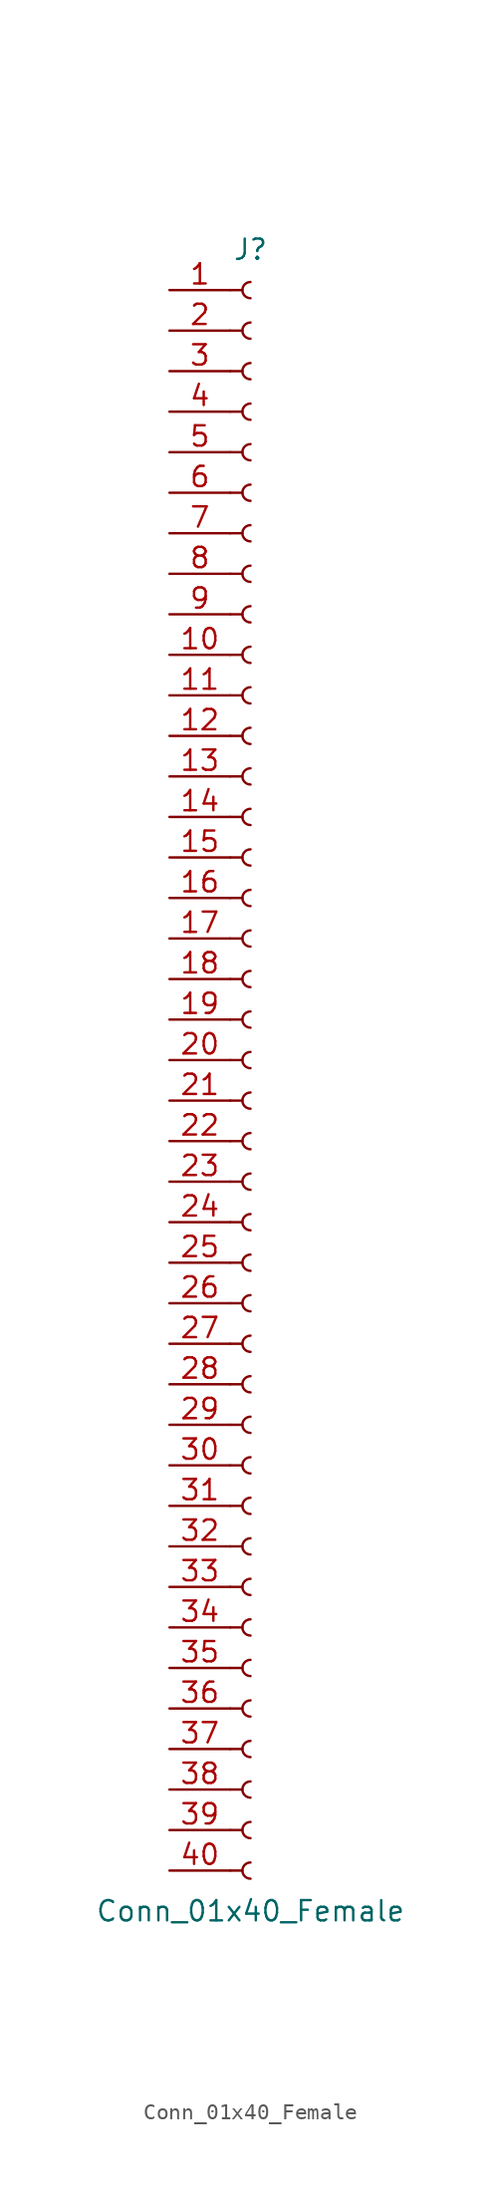
<source format=kicad_sym>
(kicad_symbol_lib
  (version 20201005)
  (generator kicad_symbol_editor)
  (symbol "Conn_01x40_Female"
    (pin_names
      (offset 1.016) hide)
    (property "Reference" "J"
      (at 0 50.8 0)
      (effects (font (size 1.27 1.27))))
    (property "Value" "Conn_01x40_Female"
      (at 0 -53.34 0)
      (effects (font (size 1.27 1.27))))
    (symbol "Conn_01x40_Female_1_1"
      (arc (start 0 -50.292) (end 0 -51.308) (radius (at 0 -50.8) (length 0.508) (angles 90.1 -90.1)) (stroke (width 0.1524)) (fill (type none)))
      (arc (start 0 -47.752) (end 0 -48.768) (radius (at 0 -48.26) (length 0.508) (angles 90.1 -90.1)) (stroke (width 0.1524)) (fill (type none)))
      (arc (start 0 -45.212) (end 0 -46.228) (radius (at 0 -45.72) (length 0.508) (angles 90.1 -90.1)) (stroke (width 0.1524)) (fill (type none)))
      (arc (start 0 -42.672) (end 0 -43.688) (radius (at 0 -43.18) (length 0.508) (angles 90.1 -90.1)) (stroke (width 0.1524)) (fill (type none)))
      (arc (start 0 -40.132) (end 0 -41.148) (radius (at 0 -40.64) (length 0.508) (angles 90.1 -90.1)) (stroke (width 0.1524)) (fill (type none)))
      (arc (start 0 -37.592) (end 0 -38.608) (radius (at 0 -38.1) (length 0.508) (angles 90.1 -90.1)) (stroke (width 0.1524)) (fill (type none)))
      (arc (start 0 -35.052) (end 0 -36.068) (radius (at 0 -35.56) (length 0.508) (angles 90.1 -90.1)) (stroke (width 0.1524)) (fill (type none)))
      (arc (start 0 -32.512) (end 0 -33.528) (radius (at 0 -33.02) (length 0.508) (angles 90.1 -90.1)) (stroke (width 0.1524)) (fill (type none)))
      (arc (start 0 -29.972) (end 0 -30.988) (radius (at 0 -30.48) (length 0.508) (angles 90.1 -90.1)) (stroke (width 0.1524)) (fill (type none)))
      (arc (start 0 -27.432) (end 0 -28.448) (radius (at 0 -27.94) (length 0.508) (angles 90.1 -90.1)) (stroke (width 0.1524)) (fill (type none)))
      (arc (start 0 -24.892) (end 0 -25.908) (radius (at 0 -25.4) (length 0.508) (angles 90.1 -90.1)) (stroke (width 0.1524)) (fill (type none)))
      (arc (start 0 -22.352) (end 0 -23.368) (radius (at 0 -22.86) (length 0.508) (angles 90.1 -90.1)) (stroke (width 0.1524)) (fill (type none)))
      (arc (start 0 -19.812) (end 0 -20.828) (radius (at 0 -20.32) (length 0.508) (angles 90.1 -90.1)) (stroke (width 0.1524)) (fill (type none)))
      (arc (start 0 -17.272) (end 0 -18.288) (radius (at 0 -17.78) (length 0.508) (angles 90.1 -90.1)) (stroke (width 0.1524)) (fill (type none)))
      (arc (start 0 -14.732) (end 0 -15.748) (radius (at 0 -15.24) (length 0.508) (angles 90.1 -90.1)) (stroke (width 0.1524)) (fill (type none)))
      (arc (start 0 -12.192) (end 0 -13.208) (radius (at 0 -12.7) (length 0.508) (angles 90.1 -90.1)) (stroke (width 0.1524)) (fill (type none)))
      (arc (start 0 -9.652) (end 0 -10.668) (radius (at 0 -10.16) (length 0.508) (angles 90.1 -90.1)) (stroke (width 0.1524)) (fill (type none)))
      (arc (start 0 -7.112) (end 0 -8.128) (radius (at 0 -7.62) (length 0.508) (angles 90.1 -90.1)) (stroke (width 0.1524)) (fill (type none)))
      (arc (start 0 -4.572) (end 0 -5.588) (radius (at 0 -5.08) (length 0.508) (angles 90.1 -90.1)) (stroke (width 0.1524)) (fill (type none)))
      (arc (start 0 -2.032) (end 0 -3.048) (radius (at 0 -2.54) (length 0.508) (angles 90.1 -90.1)) (stroke (width 0.1524)) (fill (type none)))
      (arc (start 0 0.508) (end 0 -0.508) (radius (at 0 0) (length 0.508) (angles 90.1 -90.1)) (stroke (width 0.1524)) (fill (type none)))
      (arc (start 0 3.048) (end 0 2.032) (radius (at 0 2.54) (length 0.508) (angles 90.1 -90.1)) (stroke (width 0.1524)) (fill (type none)))
      (arc (start 0 5.588) (end 0 4.572) (radius (at 0 5.08) (length 0.508) (angles 90.1 -90.1)) (stroke (width 0.1524)) (fill (type none)))
      (arc (start 0 8.128) (end 0 7.112) (radius (at 0 7.62) (length 0.508) (angles 90.1 -90.1)) (stroke (width 0.1524)) (fill (type none)))
      (arc (start 0 10.668) (end 0 9.652) (radius (at 0 10.16) (length 0.508) (angles 90.1 -90.1)) (stroke (width 0.1524)) (fill (type none)))
      (arc (start 0 13.208) (end 0 12.192) (radius (at 0 12.7) (length 0.508) (angles 90.1 -90.1)) (stroke (width 0.1524)) (fill (type none)))
      (arc (start 0 15.748) (end 0 14.732) (radius (at 0 15.24) (length 0.508) (angles 90.1 -90.1)) (stroke (width 0.1524)) (fill (type none)))
      (arc (start 0 18.288) (end 0 17.272) (radius (at 0 17.78) (length 0.508) (angles 90.1 -90.1)) (stroke (width 0.1524)) (fill (type none)))
      (arc (start 0 20.828) (end 0 19.812) (radius (at 0 20.32) (length 0.508) (angles 90.1 -90.1)) (stroke (width 0.1524)) (fill (type none)))
      (arc (start 0 23.368) (end 0 22.352) (radius (at 0 22.86) (length 0.508) (angles 90.1 -90.1)) (stroke (width 0.1524)) (fill (type none)))
      (arc (start 0 25.908) (end 0 24.892) (radius (at 0 25.4) (length 0.508) (angles 90.1 -90.1)) (stroke (width 0.1524)) (fill (type none)))
      (arc (start 0 28.448) (end 0 27.432) (radius (at 0 27.94) (length 0.508) (angles 90.1 -90.1)) (stroke (width 0.1524)) (fill (type none)))
      (arc (start 0 30.988) (end 0 29.972) (radius (at 0 30.48) (length 0.508) (angles 90.1 -90.1)) (stroke (width 0.1524)) (fill (type none)))
      (arc (start 0 33.528) (end 0 32.512) (radius (at 0 33.02) (length 0.508) (angles 90.1 -90.1)) (stroke (width 0.1524)) (fill (type none)))
      (arc (start 0 36.068) (end 0 35.052) (radius (at 0 35.56) (length 0.508) (angles 90.1 -90.1)) (stroke (width 0.1524)) (fill (type none)))
      (arc (start 0 38.608) (end 0 37.592) (radius (at 0 38.1) (length 0.508) (angles 90.1 -90.1)) (stroke (width 0.1524)) (fill (type none)))
      (arc (start 0 41.148) (end 0 40.132) (radius (at 0 40.64) (length 0.508) (angles 90.1 -90.1)) (stroke (width 0.1524)) (fill (type none)))
      (arc (start 0 43.688) (end 0 42.672) (radius (at 0 43.18) (length 0.508) (angles 90.1 -90.1)) (stroke (width 0.1524)) (fill (type none)))
      (arc (start 0 46.228) (end 0 45.212) (radius (at 0 45.72) (length 0.508) (angles 90.1 -90.1)) (stroke (width 0.1524)) (fill (type none)))
      (arc (start 0 48.768) (end 0 47.752) (radius (at 0 48.26) (length 0.508) (angles 90.1 -90.1)) (stroke (width 0.1524)) (fill (type none)))
      (polyline (pts (xy -1.27 -50.8) (xy -0.508 -50.8)) (stroke (width 0.152)) (fill (type none)))
      (polyline (pts (xy -1.27 -48.26) (xy -0.508 -48.26)) (stroke (width 0.152)) (fill (type none)))
      (polyline (pts (xy -1.27 -45.72) (xy -0.508 -45.72)) (stroke (width 0.152)) (fill (type none)))
      (polyline (pts (xy -1.27 -43.18) (xy -0.508 -43.18)) (stroke (width 0.152)) (fill (type none)))
      (polyline (pts (xy -1.27 -40.64) (xy -0.508 -40.64)) (stroke (width 0.152)) (fill (type none)))
      (polyline (pts (xy -1.27 -38.1) (xy -0.508 -38.1)) (stroke (width 0.152)) (fill (type none)))
      (polyline (pts (xy -1.27 -35.56) (xy -0.508 -35.56)) (stroke (width 0.152)) (fill (type none)))
      (polyline (pts (xy -1.27 -33.02) (xy -0.508 -33.02)) (stroke (width 0.152)) (fill (type none)))
      (polyline (pts (xy -1.27 -30.48) (xy -0.508 -30.48)) (stroke (width 0.152)) (fill (type none)))
      (polyline (pts (xy -1.27 -27.94) (xy -0.508 -27.94)) (stroke (width 0.152)) (fill (type none)))
      (polyline (pts (xy -1.27 -25.4) (xy -0.508 -25.4)) (stroke (width 0.152)) (fill (type none)))
      (polyline (pts (xy -1.27 -22.86) (xy -0.508 -22.86)) (stroke (width 0.152)) (fill (type none)))
      (polyline (pts (xy -1.27 -20.32) (xy -0.508 -20.32)) (stroke (width 0.152)) (fill (type none)))
      (polyline (pts (xy -1.27 -17.78) (xy -0.508 -17.78)) (stroke (width 0.152)) (fill (type none)))
      (polyline (pts (xy -1.27 -15.24) (xy -0.508 -15.24)) (stroke (width 0.152)) (fill (type none)))
      (polyline (pts (xy -1.27 -12.7) (xy -0.508 -12.7)) (stroke (width 0.152)) (fill (type none)))
      (polyline (pts (xy -1.27 -10.16) (xy -0.508 -10.16)) (stroke (width 0.152)) (fill (type none)))
      (polyline (pts (xy -1.27 -7.62) (xy -0.508 -7.62)) (stroke (width 0.152)) (fill (type none)))
      (polyline (pts (xy -1.27 -5.08) (xy -0.508 -5.08)) (stroke (width 0.152)) (fill (type none)))
      (polyline (pts (xy -1.27 -2.54) (xy -0.508 -2.54)) (stroke (width 0.152)) (fill (type none)))
      (polyline (pts (xy -1.27 0) (xy -0.508 0)) (stroke (width 0.152)) (fill (type none)))
      (polyline (pts (xy -1.27 2.54) (xy -0.508 2.54)) (stroke (width 0.152)) (fill (type none)))
      (polyline (pts (xy -1.27 5.08) (xy -0.508 5.08)) (stroke (width 0.152)) (fill (type none)))
      (polyline (pts (xy -1.27 7.62) (xy -0.508 7.62)) (stroke (width 0.152)) (fill (type none)))
      (polyline (pts (xy -1.27 10.16) (xy -0.508 10.16)) (stroke (width 0.152)) (fill (type none)))
      (polyline (pts (xy -1.27 12.7) (xy -0.508 12.7)) (stroke (width 0.152)) (fill (type none)))
      (polyline (pts (xy -1.27 15.24) (xy -0.508 15.24)) (stroke (width 0.152)) (fill (type none)))
      (polyline (pts (xy -1.27 17.78) (xy -0.508 17.78)) (stroke (width 0.152)) (fill (type none)))
      (polyline (pts (xy -1.27 20.32) (xy -0.508 20.32)) (stroke (width 0.152)) (fill (type none)))
      (polyline (pts (xy -1.27 22.86) (xy -0.508 22.86)) (stroke (width 0.152)) (fill (type none)))
      (polyline (pts (xy -1.27 25.4) (xy -0.508 25.4)) (stroke (width 0.152)) (fill (type none)))
      (polyline (pts (xy -1.27 27.94) (xy -0.508 27.94)) (stroke (width 0.152)) (fill (type none)))
      (polyline (pts (xy -1.27 30.48) (xy -0.508 30.48)) (stroke (width 0.152)) (fill (type none)))
      (polyline (pts (xy -1.27 33.02) (xy -0.508 33.02)) (stroke (width 0.152)) (fill (type none)))
      (polyline (pts (xy -1.27 35.56) (xy -0.508 35.56)) (stroke (width 0.152)) (fill (type none)))
      (polyline (pts (xy -1.27 38.1) (xy -0.508 38.1)) (stroke (width 0.152)) (fill (type none)))
      (polyline (pts (xy -1.27 40.64) (xy -0.508 40.64)) (stroke (width 0.152)) (fill (type none)))
      (polyline (pts (xy -1.27 43.18) (xy -0.508 43.18)) (stroke (width 0.152)) (fill (type none)))
      (polyline (pts (xy -1.27 45.72) (xy -0.508 45.72)) (stroke (width 0.152)) (fill (type none)))
      (polyline (pts (xy -1.27 48.26) (xy -0.508 48.26)) (stroke (width 0.152)) (fill (type none)))
      (pin passive line (at -5.08 48.26 0) (length 3.81) (name "Pin_1" (effects (font (size 1.27 1.27)))) (number "1" (effects (font (size 1.27 1.27)))))
      (pin passive line (at -5.08 25.4 0) (length 3.81) (name "Pin_10" (effects (font (size 1.27 1.27)))) (number "10" (effects (font (size 1.27 1.27)))))
      (pin passive line (at -5.08 22.86 0) (length 3.81) (name "Pin_11" (effects (font (size 1.27 1.27)))) (number "11" (effects (font (size 1.27 1.27)))))
      (pin passive line (at -5.08 20.32 0) (length 3.81) (name "Pin_12" (effects (font (size 1.27 1.27)))) (number "12" (effects (font (size 1.27 1.27)))))
      (pin passive line (at -5.08 17.78 0) (length 3.81) (name "Pin_13" (effects (font (size 1.27 1.27)))) (number "13" (effects (font (size 1.27 1.27)))))
      (pin passive line (at -5.08 15.24 0) (length 3.81) (name "Pin_14" (effects (font (size 1.27 1.27)))) (number "14" (effects (font (size 1.27 1.27)))))
      (pin passive line (at -5.08 12.7 0) (length 3.81) (name "Pin_15" (effects (font (size 1.27 1.27)))) (number "15" (effects (font (size 1.27 1.27)))))
      (pin passive line (at -5.08 10.16 0) (length 3.81) (name "Pin_16" (effects (font (size 1.27 1.27)))) (number "16" (effects (font (size 1.27 1.27)))))
      (pin passive line (at -5.08 7.62 0) (length 3.81) (name "Pin_17" (effects (font (size 1.27 1.27)))) (number "17" (effects (font (size 1.27 1.27)))))
      (pin passive line (at -5.08 5.08 0) (length 3.81) (name "Pin_18" (effects (font (size 1.27 1.27)))) (number "18" (effects (font (size 1.27 1.27)))))
      (pin passive line (at -5.08 2.54 0) (length 3.81) (name "Pin_19" (effects (font (size 1.27 1.27)))) (number "19" (effects (font (size 1.27 1.27)))))
      (pin passive line (at -5.08 45.72 0) (length 3.81) (name "Pin_2" (effects (font (size 1.27 1.27)))) (number "2" (effects (font (size 1.27 1.27)))))
      (pin passive line (at -5.08 0 0) (length 3.81) (name "Pin_20" (effects (font (size 1.27 1.27)))) (number "20" (effects (font (size 1.27 1.27)))))
      (pin passive line (at -5.08 -2.54 0) (length 3.81) (name "Pin_21" (effects (font (size 1.27 1.27)))) (number "21" (effects (font (size 1.27 1.27)))))
      (pin passive line (at -5.08 -5.08 0) (length 3.81) (name "Pin_22" (effects (font (size 1.27 1.27)))) (number "22" (effects (font (size 1.27 1.27)))))
      (pin passive line (at -5.08 -7.62 0) (length 3.81) (name "Pin_23" (effects (font (size 1.27 1.27)))) (number "23" (effects (font (size 1.27 1.27)))))
      (pin passive line (at -5.08 -10.16 0) (length 3.81) (name "Pin_24" (effects (font (size 1.27 1.27)))) (number "24" (effects (font (size 1.27 1.27)))))
      (pin passive line (at -5.08 -12.7 0) (length 3.81) (name "Pin_25" (effects (font (size 1.27 1.27)))) (number "25" (effects (font (size 1.27 1.27)))))
      (pin passive line (at -5.08 -15.24 0) (length 3.81) (name "Pin_26" (effects (font (size 1.27 1.27)))) (number "26" (effects (font (size 1.27 1.27)))))
      (pin passive line (at -5.08 -17.78 0) (length 3.81) (name "Pin_27" (effects (font (size 1.27 1.27)))) (number "27" (effects (font (size 1.27 1.27)))))
      (pin passive line (at -5.08 -20.32 0) (length 3.81) (name "Pin_28" (effects (font (size 1.27 1.27)))) (number "28" (effects (font (size 1.27 1.27)))))
      (pin passive line (at -5.08 -22.86 0) (length 3.81) (name "Pin_29" (effects (font (size 1.27 1.27)))) (number "29" (effects (font (size 1.27 1.27)))))
      (pin passive line (at -5.08 43.18 0) (length 3.81) (name "Pin_3" (effects (font (size 1.27 1.27)))) (number "3" (effects (font (size 1.27 1.27)))))
      (pin passive line (at -5.08 -25.4 0) (length 3.81) (name "Pin_30" (effects (font (size 1.27 1.27)))) (number "30" (effects (font (size 1.27 1.27)))))
      (pin passive line (at -5.08 -27.94 0) (length 3.81) (name "Pin_31" (effects (font (size 1.27 1.27)))) (number "31" (effects (font (size 1.27 1.27)))))
      (pin passive line (at -5.08 -30.48 0) (length 3.81) (name "Pin_32" (effects (font (size 1.27 1.27)))) (number "32" (effects (font (size 1.27 1.27)))))
      (pin passive line (at -5.08 -33.02 0) (length 3.81) (name "Pin_33" (effects (font (size 1.27 1.27)))) (number "33" (effects (font (size 1.27 1.27)))))
      (pin passive line (at -5.08 -35.56 0) (length 3.81) (name "Pin_34" (effects (font (size 1.27 1.27)))) (number "34" (effects (font (size 1.27 1.27)))))
      (pin passive line (at -5.08 -38.1 0) (length 3.81) (name "Pin_35" (effects (font (size 1.27 1.27)))) (number "35" (effects (font (size 1.27 1.27)))))
      (pin passive line (at -5.08 -40.64 0) (length 3.81) (name "Pin_36" (effects (font (size 1.27 1.27)))) (number "36" (effects (font (size 1.27 1.27)))))
      (pin passive line (at -5.08 -43.18 0) (length 3.81) (name "Pin_37" (effects (font (size 1.27 1.27)))) (number "37" (effects (font (size 1.27 1.27)))))
      (pin passive line (at -5.08 -45.72 0) (length 3.81) (name "Pin_38" (effects (font (size 1.27 1.27)))) (number "38" (effects (font (size 1.27 1.27)))))
      (pin passive line (at -5.08 -48.26 0) (length 3.81) (name "Pin_39" (effects (font (size 1.27 1.27)))) (number "39" (effects (font (size 1.27 1.27)))))
      (pin passive line (at -5.08 40.64 0) (length 3.81) (name "Pin_4" (effects (font (size 1.27 1.27)))) (number "4" (effects (font (size 1.27 1.27)))))
      (pin passive line (at -5.08 -50.8 0) (length 3.81) (name "Pin_40" (effects (font (size 1.27 1.27)))) (number "40" (effects (font (size 1.27 1.27)))))
      (pin passive line (at -5.08 38.1 0) (length 3.81) (name "Pin_5" (effects (font (size 1.27 1.27)))) (number "5" (effects (font (size 1.27 1.27)))))
      (pin passive line (at -5.08 35.56 0) (length 3.81) (name "Pin_6" (effects (font (size 1.27 1.27)))) (number "6" (effects (font (size 1.27 1.27)))))
      (pin passive line (at -5.08 33.02 0) (length 3.81) (name "Pin_7" (effects (font (size 1.27 1.27)))) (number "7" (effects (font (size 1.27 1.27)))))
      (pin passive line (at -5.08 30.48 0) (length 3.81) (name "Pin_8" (effects (font (size 1.27 1.27)))) (number "8" (effects (font (size 1.27 1.27)))))
      (pin passive line (at -5.08 27.94 0) (length 3.81) (name "Pin_9" (effects (font (size 1.27 1.27)))) (number "9" (effects (font (size 1.27 1.27))))))))
</source>
